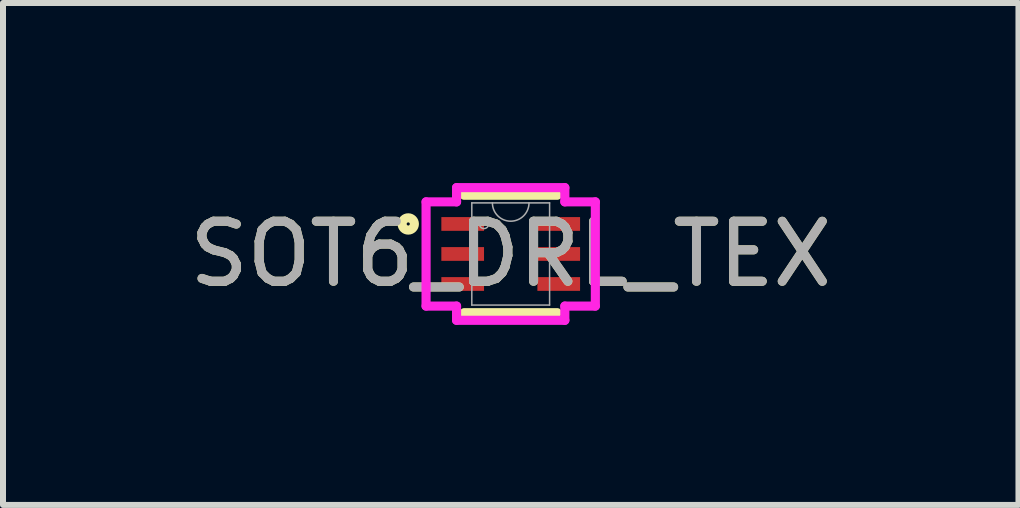
<source format=kicad_pcb>
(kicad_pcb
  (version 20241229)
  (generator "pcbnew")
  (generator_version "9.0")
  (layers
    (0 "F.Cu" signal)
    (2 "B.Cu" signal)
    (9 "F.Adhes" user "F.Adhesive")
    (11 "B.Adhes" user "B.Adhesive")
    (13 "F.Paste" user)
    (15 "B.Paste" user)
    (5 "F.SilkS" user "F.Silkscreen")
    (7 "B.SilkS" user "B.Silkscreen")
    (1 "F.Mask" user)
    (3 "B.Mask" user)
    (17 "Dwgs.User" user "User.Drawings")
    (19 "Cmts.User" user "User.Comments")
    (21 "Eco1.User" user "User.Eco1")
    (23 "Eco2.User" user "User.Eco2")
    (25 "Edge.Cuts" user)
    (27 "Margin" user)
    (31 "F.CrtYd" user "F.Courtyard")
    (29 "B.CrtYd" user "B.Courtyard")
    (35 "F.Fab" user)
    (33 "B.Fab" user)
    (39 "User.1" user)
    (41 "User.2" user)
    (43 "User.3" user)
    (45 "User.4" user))
  (footprint "SOT6_DRL_TEX"
    (layer "F.Cu")
    (at 5.458 1.181)
    (property "Reference" "SOT6_DRL_TEX" (at 0 0 0) (unlocked yes) (layer "F.SilkS") (effects (font (size 1 1) (thickness 0.15))))
    (attr smd)
    (fp_line (start -0.775 0.978) (end 0.775 0.978) (stroke (width 0.152) (type solid)) (layer "F.SilkS"))
    (fp_line (start 0.775 -0.978) (end -0.775 -0.978) (stroke (width 0.152) (type solid)) (layer "F.SilkS"))
    (fp_circle (center -1.707 -0.5) (end -1.605 -0.5) (stroke (width 0.152) (type solid)) (fill no) (layer "F.SilkS"))
    (fp_line (start -1.41 -0.868) (end -0.902 -0.868) (stroke (width 0.152) (type solid)) (layer "F.CrtYd"))
    (fp_line (start -1.41 0.868) (end -1.41 -0.868) (stroke (width 0.152) (type solid)) (layer "F.CrtYd"))
    (fp_line (start -1.41 0.868) (end -0.902 0.868) (stroke (width 0.152) (type solid)) (layer "F.CrtYd"))
    (fp_line (start -0.902 -1.105) (end 0.902 -1.105) (stroke (width 0.152) (type solid)) (layer "F.CrtYd"))
    (fp_line (start -0.902 -0.868) (end -0.902 -1.105) (stroke (width 0.152) (type solid)) (layer "F.CrtYd"))
    (fp_line (start -0.902 1.105) (end -0.902 0.868) (stroke (width 0.152) (type solid)) (layer "F.CrtYd"))
    (fp_line (start 0.902 -1.105) (end 0.902 -0.868) (stroke (width 0.152) (type solid)) (layer "F.CrtYd"))
    (fp_line (start 0.902 0.868) (end 0.902 1.105) (stroke (width 0.152) (type solid)) (layer "F.CrtYd"))
    (fp_line (start 0.902 1.105) (end -0.902 1.105) (stroke (width 0.152) (type solid)) (layer "F.CrtYd"))
    (fp_line (start 1.41 -0.868) (end 0.902 -0.868) (stroke (width 0.152) (type solid)) (layer "F.CrtYd"))
    (fp_line (start 1.41 -0.868) (end 1.41 0.868) (stroke (width 0.152) (type solid)) (layer "F.CrtYd"))
    (fp_line (start 1.41 0.868) (end 0.902 0.868) (stroke (width 0.152) (type solid)) (layer "F.CrtYd"))
    (fp_line (start -0.648 -0.851) (end -0.648 0.851) (stroke (width 0.025) (type solid)) (layer "F.Fab"))
    (fp_line (start -0.648 0.851) (end 0.648 0.851) (stroke (width 0.025) (type solid)) (layer "F.Fab"))
    (fp_line (start 0.648 -0.851) (end -0.648 -0.851) (stroke (width 0.025) (type solid)) (layer "F.Fab"))
    (fp_line (start 0.648 0.851) (end 0.648 -0.851) (stroke (width 0.025) (type solid)) (layer "F.Fab"))
    (fp_arc (start 0.3048 -0.8509) (mid 0 -0.5461) (end -0.3048 -0.8509) (stroke (width 0.0254) (type solid)) (layer "F.Fab"))
    (fp_circle (center -0.445 -0.5) (end -0.368 -0.5) (stroke (width 0.025) (type solid)) (fill no) (layer "F.Fab"))
    (fp_text user "${REFERENCE}" (at 0 0 0) (unlocked yes) (layer "F.Fab") (effects (font (size 1 1) (thickness 0.15))))
    (pad "1" smd rect (at -0.8 -0.5) (size 0.711 0.229) (layers "F.Cu" "F.Mask" "F.Paste"))
    (pad "2" smd rect (at -0.8 0) (size 0.711 0.229) (layers "F.Cu" "F.Mask" "F.Paste"))
    (pad "3" smd rect (at -0.8 0.5) (size 0.711 0.229) (layers "F.Cu" "F.Mask" "F.Paste"))
    (pad "4" smd rect (at 0.8 0.5) (size 0.711 0.229) (layers "F.Cu" "F.Mask" "F.Paste"))
    (pad "5" smd rect (at 0.8 0) (size 0.711 0.229) (layers "F.Cu" "F.Mask" "F.Paste"))
    (pad "6" smd rect (at 0.8 -0.5) (size 0.711 0.229) (layers "F.Cu" "F.Mask" "F.Paste")))
  (gr_rect
    (start -3 -3)
    (end 13.917 5.362)
    (stroke (width 0.1) (type default))
    (fill no)
    (layer "Edge.Cuts")))
</source>
